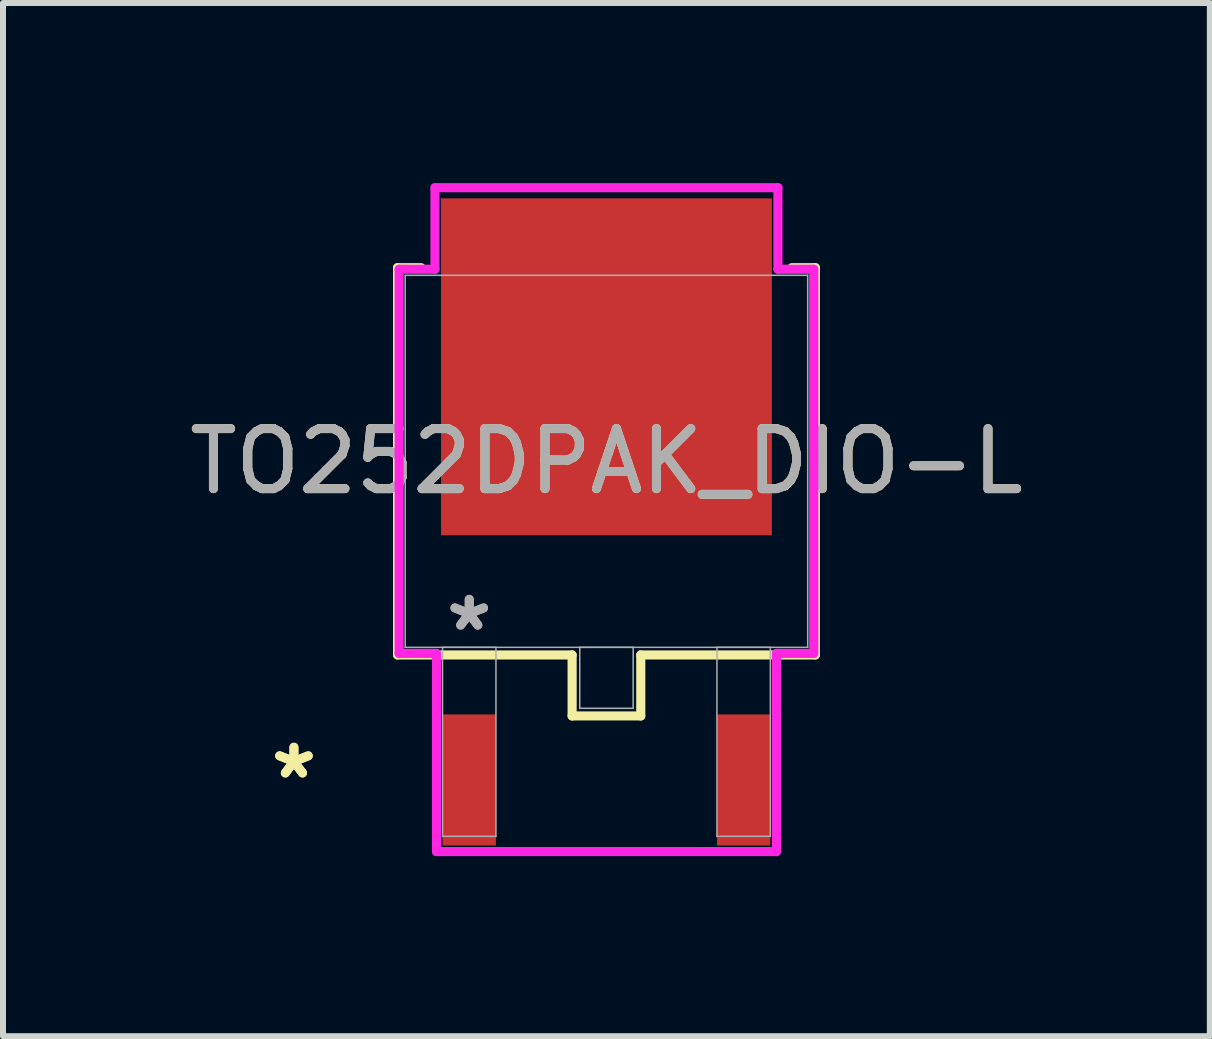
<source format=kicad_pcb>
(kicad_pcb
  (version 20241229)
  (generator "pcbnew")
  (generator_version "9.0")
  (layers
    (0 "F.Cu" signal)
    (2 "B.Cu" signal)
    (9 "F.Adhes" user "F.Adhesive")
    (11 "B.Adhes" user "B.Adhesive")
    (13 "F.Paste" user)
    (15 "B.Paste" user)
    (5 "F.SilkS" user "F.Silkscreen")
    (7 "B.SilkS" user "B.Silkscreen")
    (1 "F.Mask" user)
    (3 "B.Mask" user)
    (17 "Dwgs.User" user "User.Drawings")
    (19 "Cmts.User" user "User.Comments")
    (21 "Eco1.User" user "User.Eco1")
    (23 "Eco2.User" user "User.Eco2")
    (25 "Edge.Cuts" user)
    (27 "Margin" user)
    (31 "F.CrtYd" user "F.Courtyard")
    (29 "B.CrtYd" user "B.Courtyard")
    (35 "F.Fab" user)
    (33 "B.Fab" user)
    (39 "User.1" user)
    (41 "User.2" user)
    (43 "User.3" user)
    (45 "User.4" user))
  (footprint "TO252DPAK_DIO-L"
    (layer "F.Cu")
    (at 7.054 4.636)
    (property "Reference" "TO252DPAK_DIO-L" (at 0 0 0) (unlocked yes) (layer "F.SilkS") (effects (font (size 1 1) (thickness 0.15))))
    (attr smd)
    (fp_line (start -3.48 -3.226) (end -3.48 3.226) (stroke (width 0.152) (type solid)) (layer "F.SilkS"))
    (fp_line (start -3.48 3.226) (end -0.572 3.226) (stroke (width 0.152) (type solid)) (layer "F.SilkS"))
    (fp_line (start -3.089 -3.226) (end -3.48 -3.226) (stroke (width 0.152) (type solid)) (layer "F.SilkS"))
    (fp_line (start -0.572 3.226) (end -0.572 4.242) (stroke (width 0.152) (type solid)) (layer "F.SilkS"))
    (fp_line (start -0.572 4.242) (end 0.572 4.242) (stroke (width 0.152) (type solid)) (layer "F.SilkS"))
    (fp_line (start 0.572 3.226) (end 3.48 3.226) (stroke (width 0.152) (type solid)) (layer "F.SilkS"))
    (fp_line (start 0.572 4.242) (end 0.572 3.226) (stroke (width 0.152) (type solid)) (layer "F.SilkS"))
    (fp_line (start 3.48 -3.226) (end 3.089 -3.226) (stroke (width 0.152) (type solid)) (layer "F.SilkS"))
    (fp_line (start 3.48 3.226) (end 3.48 -3.226) (stroke (width 0.152) (type solid)) (layer "F.SilkS"))
    (fp_line (start -3.454 -3.2) (end -2.857 -3.2) (stroke (width 0.152) (type solid)) (layer "F.CrtYd"))
    (fp_line (start -3.454 3.2) (end -3.454 -3.2) (stroke (width 0.152) (type solid)) (layer "F.CrtYd"))
    (fp_line (start -2.857 -4.559) (end 2.857 -4.559) (stroke (width 0.152) (type solid)) (layer "F.CrtYd"))
    (fp_line (start -2.857 -3.2) (end -2.857 -4.559) (stroke (width 0.152) (type solid)) (layer "F.CrtYd"))
    (fp_line (start -2.832 3.2) (end -3.454 3.2) (stroke (width 0.152) (type solid)) (layer "F.CrtYd"))
    (fp_line (start -2.832 6.502) (end -2.832 3.2) (stroke (width 0.152) (type solid)) (layer "F.CrtYd"))
    (fp_line (start 2.832 3.2) (end 2.832 6.502) (stroke (width 0.152) (type solid)) (layer "F.CrtYd"))
    (fp_line (start 2.832 6.502) (end -2.832 6.502) (stroke (width 0.152) (type solid)) (layer "F.CrtYd"))
    (fp_line (start 2.857 -4.559) (end 2.857 -3.2) (stroke (width 0.152) (type solid)) (layer "F.CrtYd"))
    (fp_line (start 2.857 -3.2) (end 3.454 -3.2) (stroke (width 0.152) (type solid)) (layer "F.CrtYd"))
    (fp_line (start 3.454 -3.2) (end 3.454 3.2) (stroke (width 0.152) (type solid)) (layer "F.CrtYd"))
    (fp_line (start 3.454 3.2) (end 2.832 3.2) (stroke (width 0.152) (type solid)) (layer "F.CrtYd"))
    (fp_line (start -3.353 -3.099) (end -3.353 3.099) (stroke (width 0.025) (type solid)) (layer "F.Fab"))
    (fp_line (start -3.353 3.099) (end 3.353 3.099) (stroke (width 0.025) (type solid)) (layer "F.Fab"))
    (fp_line (start -2.731 3.099) (end -2.731 6.248) (stroke (width 0.025) (type solid)) (layer "F.Fab"))
    (fp_line (start -2.731 6.248) (end -1.841 6.248) (stroke (width 0.025) (type solid)) (layer "F.Fab"))
    (fp_line (start -1.841 3.099) (end -2.731 3.099) (stroke (width 0.025) (type solid)) (layer "F.Fab"))
    (fp_line (start -1.841 6.248) (end -1.841 3.099) (stroke (width 0.025) (type solid)) (layer "F.Fab"))
    (fp_line (start -0.445 3.099) (end -0.445 4.115) (stroke (width 0.025) (type solid)) (layer "F.Fab"))
    (fp_line (start -0.445 4.115) (end 0.445 4.115) (stroke (width 0.025) (type solid)) (layer "F.Fab"))
    (fp_line (start 0.445 3.099) (end -0.445 3.099) (stroke (width 0.025) (type solid)) (layer "F.Fab"))
    (fp_line (start 0.445 4.115) (end 0.445 3.099) (stroke (width 0.025) (type solid)) (layer "F.Fab"))
    (fp_line (start 1.841 3.099) (end 1.841 6.248) (stroke (width 0.025) (type solid)) (layer "F.Fab"))
    (fp_line (start 1.841 6.248) (end 2.731 6.248) (stroke (width 0.025) (type solid)) (layer "F.Fab"))
    (fp_line (start 2.731 3.099) (end 1.841 3.099) (stroke (width 0.025) (type solid)) (layer "F.Fab"))
    (fp_line (start 2.731 6.248) (end 2.731 3.099) (stroke (width 0.025) (type solid)) (layer "F.Fab"))
    (fp_line (start 3.353 -3.099) (end -3.353 -3.099) (stroke (width 0.025) (type solid)) (layer "F.Fab"))
    (fp_line (start 3.353 3.099) (end 3.353 -3.099) (stroke (width 0.025) (type solid)) (layer "F.Fab"))
    (fp_text user "*" (at -5.207 5.309 0) (layer "F.SilkS") (effects (font (size 1 1) (thickness 0.15))))
    (fp_text user "*" (at -5.207 5.309 0) (unlocked yes) (layer "F.SilkS") (effects (font (size 1 1) (thickness 0.15))))
    (fp_text user "*" (at -2.286 2.845 0) (layer "F.Fab") (effects (font (size 1 1) (thickness 0.15))))
    (fp_text user "${REFERENCE}" (at 0 0 0) (unlocked yes) (layer "F.Fab") (effects (font (size 1 1) (thickness 0.15))))
    (fp_text user "*" (at -2.286 2.845 0) (unlocked yes) (layer "F.Fab") (effects (font (size 1 1) (thickness 0.15))))
    (pad "1" smd rect (at -2.286 5.309) (size 0.889 2.184) (layers "F.Cu" "F.Mask" "F.Paste"))
    (pad "2" smd rect (at 0 -1.575) (size 5.512 5.613) (layers "F.Cu" "F.Mask" "F.Paste"))
    (pad "3" smd rect (at 2.286 5.309) (size 0.889 2.184) (layers "F.Cu" "F.Mask" "F.Paste")))
  (gr_rect
    (start -3 -3)
    (end 17.107 14.214)
    (stroke (width 0.1) (type default))
    (fill no)
    (layer "Edge.Cuts")))
</source>
